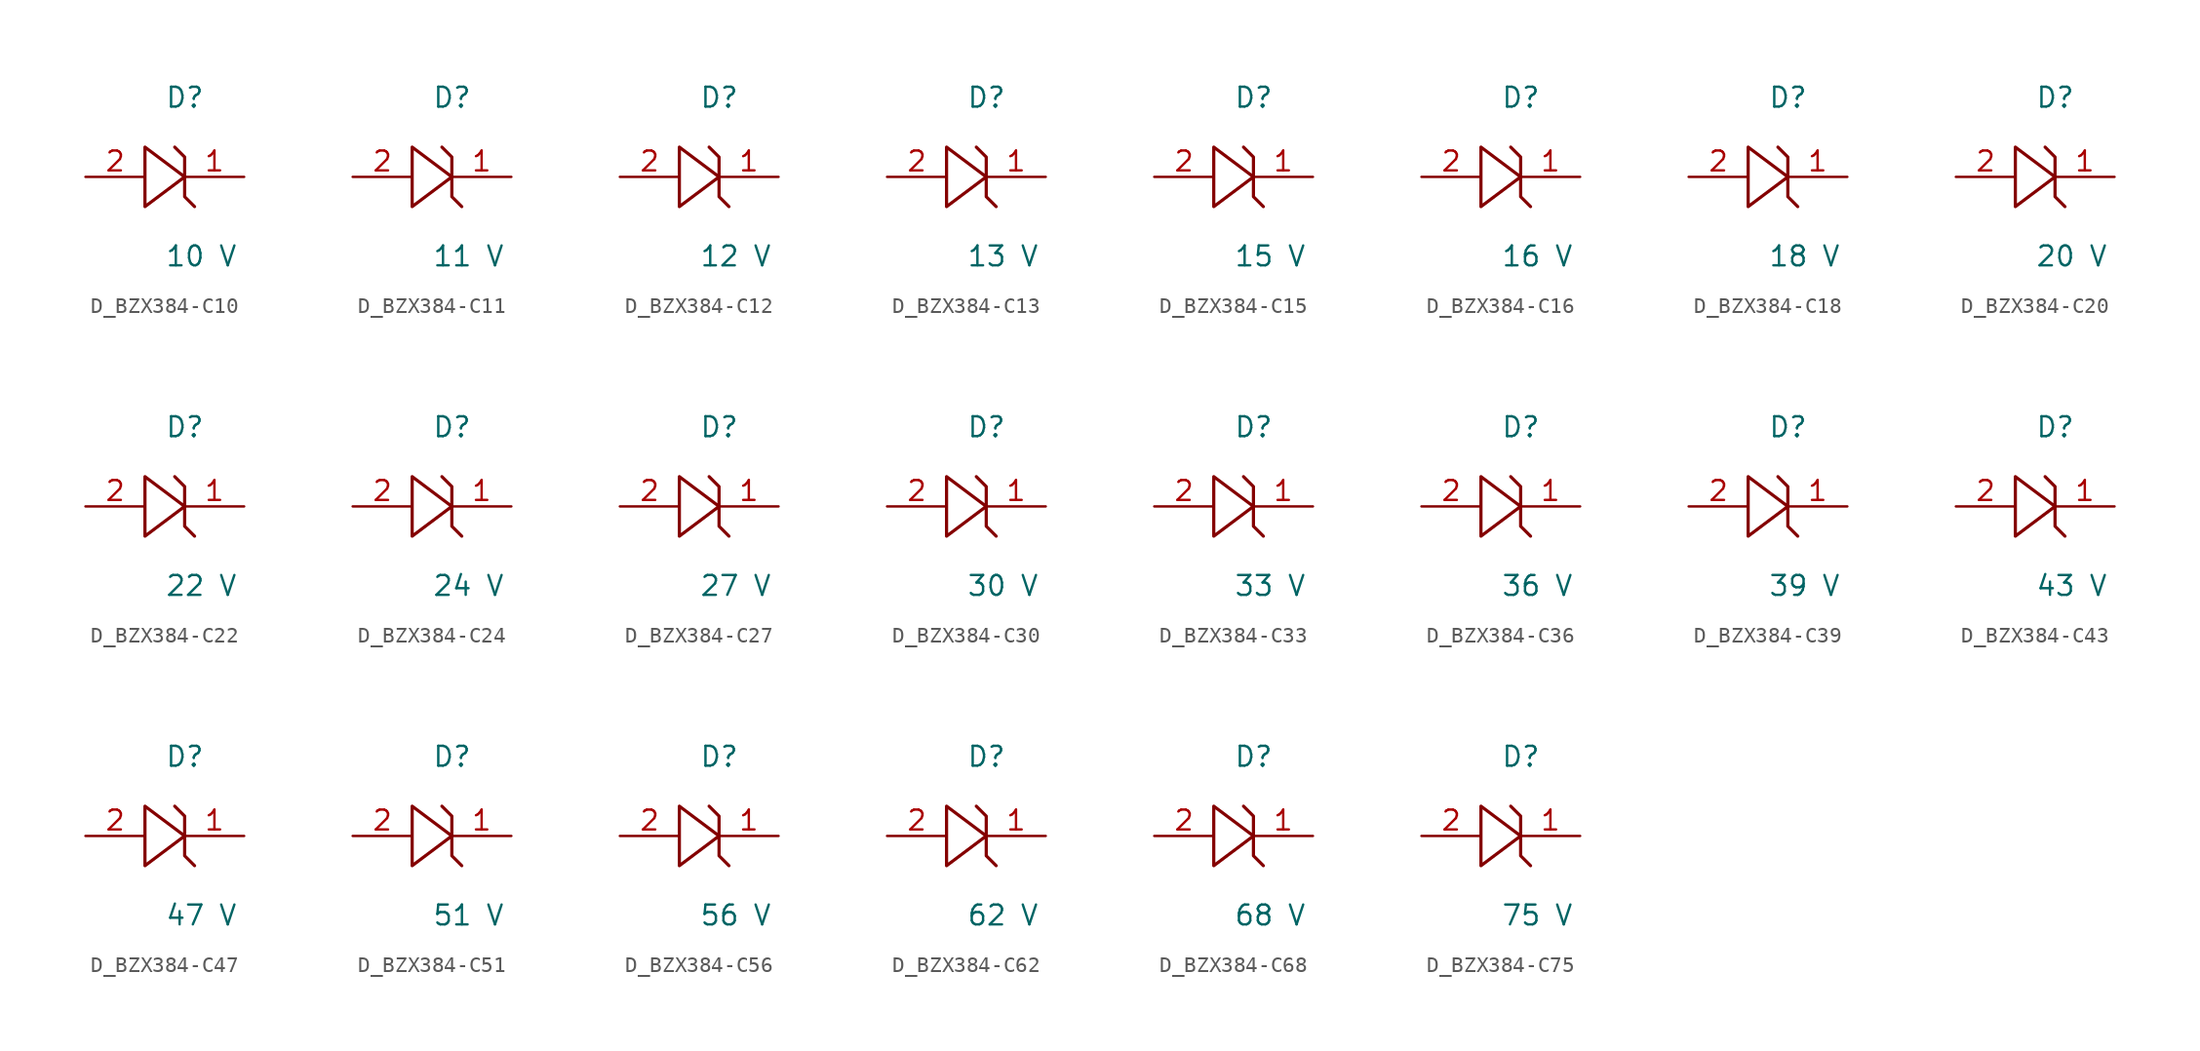
<source format=kicad_sym>
(kicad_symbol_lib
  (version 20231120)
  (generator kicad_symbol_editor)
  (generator_version 8.0)
  (symbol "D_BZX384-C10"
    (pin_names
      (offset 0.254))
    (property "Reference" "D"
      (at 0.0 5.08 0)
      (effects (font (size 1.27 1.27)) (justify left)))
    (property "Value" "10 V"
      (at 0.0 -5.08 0)
      (effects (font (size 1.27 1.27)) (justify left)))
    (symbol "D_BZX384-C10_1_0"
      (polyline (pts (xy 0.635 1.905) (xy 1.27 1.27) (xy 1.27 0) (xy -1.27 1.905) (xy -1.27 -1.905) (xy 1.27 0) (xy 1.27 -1.27) (xy 1.905 -1.905)) (stroke (width 0.203) (type default)) (fill (type none)))
      (pin unspecified line (at 5.08 0 180) (length 3.81) (name "" (effects (font (size 1.27 1.27)))) (number "1" (effects (font (size 1.27 1.27)))))
      (pin unspecified line (at -5.08 0 0) (length 3.81) (name "" (effects (font (size 1.27 1.27)))) (number "2" (effects (font (size 1.27 1.27)))))))
  (symbol "D_BZX384-C11"
    (pin_names
      (offset 0.254))
    (property "Reference" "D"
      (at 0.0 5.08 0)
      (effects (font (size 1.27 1.27)) (justify left)))
    (property "Value" "11 V"
      (at 0.0 -5.08 0)
      (effects (font (size 1.27 1.27)) (justify left)))
    (symbol "D_BZX384-C11_1_0"
      (polyline (pts (xy 0.635 1.905) (xy 1.27 1.27) (xy 1.27 0) (xy -1.27 1.905) (xy -1.27 -1.905) (xy 1.27 0) (xy 1.27 -1.27) (xy 1.905 -1.905)) (stroke (width 0.203) (type default)) (fill (type none)))
      (pin unspecified line (at 5.08 0 180) (length 3.81) (name "" (effects (font (size 1.27 1.27)))) (number "1" (effects (font (size 1.27 1.27)))))
      (pin unspecified line (at -5.08 0 0) (length 3.81) (name "" (effects (font (size 1.27 1.27)))) (number "2" (effects (font (size 1.27 1.27)))))))
  (symbol "D_BZX384-C12"
    (pin_names
      (offset 0.254))
    (property "Reference" "D"
      (at 0.0 5.08 0)
      (effects (font (size 1.27 1.27)) (justify left)))
    (property "Value" "12 V"
      (at 0.0 -5.08 0)
      (effects (font (size 1.27 1.27)) (justify left)))
    (symbol "D_BZX384-C12_1_0"
      (polyline (pts (xy 0.635 1.905) (xy 1.27 1.27) (xy 1.27 0) (xy -1.27 1.905) (xy -1.27 -1.905) (xy 1.27 0) (xy 1.27 -1.27) (xy 1.905 -1.905)) (stroke (width 0.203) (type default)) (fill (type none)))
      (pin unspecified line (at 5.08 0 180) (length 3.81) (name "" (effects (font (size 1.27 1.27)))) (number "1" (effects (font (size 1.27 1.27)))))
      (pin unspecified line (at -5.08 0 0) (length 3.81) (name "" (effects (font (size 1.27 1.27)))) (number "2" (effects (font (size 1.27 1.27)))))))
  (symbol "D_BZX384-C13"
    (pin_names
      (offset 0.254))
    (property "Reference" "D"
      (at 0.0 5.08 0)
      (effects (font (size 1.27 1.27)) (justify left)))
    (property "Value" "13 V"
      (at 0.0 -5.08 0)
      (effects (font (size 1.27 1.27)) (justify left)))
    (symbol "D_BZX384-C13_1_0"
      (polyline (pts (xy 0.635 1.905) (xy 1.27 1.27) (xy 1.27 0) (xy -1.27 1.905) (xy -1.27 -1.905) (xy 1.27 0) (xy 1.27 -1.27) (xy 1.905 -1.905)) (stroke (width 0.203) (type default)) (fill (type none)))
      (pin unspecified line (at 5.08 0 180) (length 3.81) (name "" (effects (font (size 1.27 1.27)))) (number "1" (effects (font (size 1.27 1.27)))))
      (pin unspecified line (at -5.08 0 0) (length 3.81) (name "" (effects (font (size 1.27 1.27)))) (number "2" (effects (font (size 1.27 1.27)))))))
  (symbol "D_BZX384-C15"
    (pin_names
      (offset 0.254))
    (property "Reference" "D"
      (at 0.0 5.08 0)
      (effects (font (size 1.27 1.27)) (justify left)))
    (property "Value" "15 V"
      (at 0.0 -5.08 0)
      (effects (font (size 1.27 1.27)) (justify left)))
    (symbol "D_BZX384-C15_1_0"
      (polyline (pts (xy 0.635 1.905) (xy 1.27 1.27) (xy 1.27 0) (xy -1.27 1.905) (xy -1.27 -1.905) (xy 1.27 0) (xy 1.27 -1.27) (xy 1.905 -1.905)) (stroke (width 0.203) (type default)) (fill (type none)))
      (pin unspecified line (at 5.08 0 180) (length 3.81) (name "" (effects (font (size 1.27 1.27)))) (number "1" (effects (font (size 1.27 1.27)))))
      (pin unspecified line (at -5.08 0 0) (length 3.81) (name "" (effects (font (size 1.27 1.27)))) (number "2" (effects (font (size 1.27 1.27)))))))
  (symbol "D_BZX384-C16"
    (pin_names
      (offset 0.254))
    (property "Reference" "D"
      (at 0.0 5.08 0)
      (effects (font (size 1.27 1.27)) (justify left)))
    (property "Value" "16 V"
      (at 0.0 -5.08 0)
      (effects (font (size 1.27 1.27)) (justify left)))
    (symbol "D_BZX384-C16_1_0"
      (polyline (pts (xy 0.635 1.905) (xy 1.27 1.27) (xy 1.27 0) (xy -1.27 1.905) (xy -1.27 -1.905) (xy 1.27 0) (xy 1.27 -1.27) (xy 1.905 -1.905)) (stroke (width 0.203) (type default)) (fill (type none)))
      (pin unspecified line (at 5.08 0 180) (length 3.81) (name "" (effects (font (size 1.27 1.27)))) (number "1" (effects (font (size 1.27 1.27)))))
      (pin unspecified line (at -5.08 0 0) (length 3.81) (name "" (effects (font (size 1.27 1.27)))) (number "2" (effects (font (size 1.27 1.27)))))))
  (symbol "D_BZX384-C18"
    (pin_names
      (offset 0.254))
    (property "Reference" "D"
      (at 0.0 5.08 0)
      (effects (font (size 1.27 1.27)) (justify left)))
    (property "Value" "18 V"
      (at 0.0 -5.08 0)
      (effects (font (size 1.27 1.27)) (justify left)))
    (symbol "D_BZX384-C18_1_0"
      (polyline (pts (xy 0.635 1.905) (xy 1.27 1.27) (xy 1.27 0) (xy -1.27 1.905) (xy -1.27 -1.905) (xy 1.27 0) (xy 1.27 -1.27) (xy 1.905 -1.905)) (stroke (width 0.203) (type default)) (fill (type none)))
      (pin unspecified line (at 5.08 0 180) (length 3.81) (name "" (effects (font (size 1.27 1.27)))) (number "1" (effects (font (size 1.27 1.27)))))
      (pin unspecified line (at -5.08 0 0) (length 3.81) (name "" (effects (font (size 1.27 1.27)))) (number "2" (effects (font (size 1.27 1.27)))))))
  (symbol "D_BZX384-C20"
    (pin_names
      (offset 0.254))
    (property "Reference" "D"
      (at 0.0 5.08 0)
      (effects (font (size 1.27 1.27)) (justify left)))
    (property "Value" "20 V"
      (at 0.0 -5.08 0)
      (effects (font (size 1.27 1.27)) (justify left)))
    (symbol "D_BZX384-C20_1_0"
      (polyline (pts (xy 0.635 1.905) (xy 1.27 1.27) (xy 1.27 0) (xy -1.27 1.905) (xy -1.27 -1.905) (xy 1.27 0) (xy 1.27 -1.27) (xy 1.905 -1.905)) (stroke (width 0.203) (type default)) (fill (type none)))
      (pin unspecified line (at 5.08 0 180) (length 3.81) (name "" (effects (font (size 1.27 1.27)))) (number "1" (effects (font (size 1.27 1.27)))))
      (pin unspecified line (at -5.08 0 0) (length 3.81) (name "" (effects (font (size 1.27 1.27)))) (number "2" (effects (font (size 1.27 1.27)))))))
  (symbol "D_BZX384-C22"
    (pin_names
      (offset 0.254))
    (property "Reference" "D"
      (at 0.0 5.08 0)
      (effects (font (size 1.27 1.27)) (justify left)))
    (property "Value" "22 V"
      (at 0.0 -5.08 0)
      (effects (font (size 1.27 1.27)) (justify left)))
    (symbol "D_BZX384-C22_1_0"
      (polyline (pts (xy 0.635 1.905) (xy 1.27 1.27) (xy 1.27 0) (xy -1.27 1.905) (xy -1.27 -1.905) (xy 1.27 0) (xy 1.27 -1.27) (xy 1.905 -1.905)) (stroke (width 0.203) (type default)) (fill (type none)))
      (pin unspecified line (at 5.08 0 180) (length 3.81) (name "" (effects (font (size 1.27 1.27)))) (number "1" (effects (font (size 1.27 1.27)))))
      (pin unspecified line (at -5.08 0 0) (length 3.81) (name "" (effects (font (size 1.27 1.27)))) (number "2" (effects (font (size 1.27 1.27)))))))
  (symbol "D_BZX384-C24"
    (pin_names
      (offset 0.254))
    (property "Reference" "D"
      (at 0.0 5.08 0)
      (effects (font (size 1.27 1.27)) (justify left)))
    (property "Value" "24 V"
      (at 0.0 -5.08 0)
      (effects (font (size 1.27 1.27)) (justify left)))
    (symbol "D_BZX384-C24_1_0"
      (polyline (pts (xy 0.635 1.905) (xy 1.27 1.27) (xy 1.27 0) (xy -1.27 1.905) (xy -1.27 -1.905) (xy 1.27 0) (xy 1.27 -1.27) (xy 1.905 -1.905)) (stroke (width 0.203) (type default)) (fill (type none)))
      (pin unspecified line (at 5.08 0 180) (length 3.81) (name "" (effects (font (size 1.27 1.27)))) (number "1" (effects (font (size 1.27 1.27)))))
      (pin unspecified line (at -5.08 0 0) (length 3.81) (name "" (effects (font (size 1.27 1.27)))) (number "2" (effects (font (size 1.27 1.27)))))))
  (symbol "D_BZX384-C27"
    (pin_names
      (offset 0.254))
    (property "Reference" "D"
      (at 0.0 5.08 0)
      (effects (font (size 1.27 1.27)) (justify left)))
    (property "Value" "27 V"
      (at 0.0 -5.08 0)
      (effects (font (size 1.27 1.27)) (justify left)))
    (symbol "D_BZX384-C27_1_0"
      (polyline (pts (xy 0.635 1.905) (xy 1.27 1.27) (xy 1.27 0) (xy -1.27 1.905) (xy -1.27 -1.905) (xy 1.27 0) (xy 1.27 -1.27) (xy 1.905 -1.905)) (stroke (width 0.203) (type default)) (fill (type none)))
      (pin unspecified line (at 5.08 0 180) (length 3.81) (name "" (effects (font (size 1.27 1.27)))) (number "1" (effects (font (size 1.27 1.27)))))
      (pin unspecified line (at -5.08 0 0) (length 3.81) (name "" (effects (font (size 1.27 1.27)))) (number "2" (effects (font (size 1.27 1.27)))))))
  (symbol "D_BZX384-C30"
    (pin_names
      (offset 0.254))
    (property "Reference" "D"
      (at 0.0 5.08 0)
      (effects (font (size 1.27 1.27)) (justify left)))
    (property "Value" "30 V"
      (at 0.0 -5.08 0)
      (effects (font (size 1.27 1.27)) (justify left)))
    (symbol "D_BZX384-C30_1_0"
      (polyline (pts (xy 0.635 1.905) (xy 1.27 1.27) (xy 1.27 0) (xy -1.27 1.905) (xy -1.27 -1.905) (xy 1.27 0) (xy 1.27 -1.27) (xy 1.905 -1.905)) (stroke (width 0.203) (type default)) (fill (type none)))
      (pin unspecified line (at 5.08 0 180) (length 3.81) (name "" (effects (font (size 1.27 1.27)))) (number "1" (effects (font (size 1.27 1.27)))))
      (pin unspecified line (at -5.08 0 0) (length 3.81) (name "" (effects (font (size 1.27 1.27)))) (number "2" (effects (font (size 1.27 1.27)))))))
  (symbol "D_BZX384-C33"
    (pin_names
      (offset 0.254))
    (property "Reference" "D"
      (at 0.0 5.08 0)
      (effects (font (size 1.27 1.27)) (justify left)))
    (property "Value" "33 V"
      (at 0.0 -5.08 0)
      (effects (font (size 1.27 1.27)) (justify left)))
    (symbol "D_BZX384-C33_1_0"
      (polyline (pts (xy 0.635 1.905) (xy 1.27 1.27) (xy 1.27 0) (xy -1.27 1.905) (xy -1.27 -1.905) (xy 1.27 0) (xy 1.27 -1.27) (xy 1.905 -1.905)) (stroke (width 0.203) (type default)) (fill (type none)))
      (pin unspecified line (at 5.08 0 180) (length 3.81) (name "" (effects (font (size 1.27 1.27)))) (number "1" (effects (font (size 1.27 1.27)))))
      (pin unspecified line (at -5.08 0 0) (length 3.81) (name "" (effects (font (size 1.27 1.27)))) (number "2" (effects (font (size 1.27 1.27)))))))
  (symbol "D_BZX384-C36"
    (pin_names
      (offset 0.254))
    (property "Reference" "D"
      (at 0.0 5.08 0)
      (effects (font (size 1.27 1.27)) (justify left)))
    (property "Value" "36 V"
      (at 0.0 -5.08 0)
      (effects (font (size 1.27 1.27)) (justify left)))
    (symbol "D_BZX384-C36_1_0"
      (polyline (pts (xy 0.635 1.905) (xy 1.27 1.27) (xy 1.27 0) (xy -1.27 1.905) (xy -1.27 -1.905) (xy 1.27 0) (xy 1.27 -1.27) (xy 1.905 -1.905)) (stroke (width 0.203) (type default)) (fill (type none)))
      (pin unspecified line (at 5.08 0 180) (length 3.81) (name "" (effects (font (size 1.27 1.27)))) (number "1" (effects (font (size 1.27 1.27)))))
      (pin unspecified line (at -5.08 0 0) (length 3.81) (name "" (effects (font (size 1.27 1.27)))) (number "2" (effects (font (size 1.27 1.27)))))))
  (symbol "D_BZX384-C39"
    (pin_names
      (offset 0.254))
    (property "Reference" "D"
      (at 0.0 5.08 0)
      (effects (font (size 1.27 1.27)) (justify left)))
    (property "Value" "39 V"
      (at 0.0 -5.08 0)
      (effects (font (size 1.27 1.27)) (justify left)))
    (symbol "D_BZX384-C39_1_0"
      (polyline (pts (xy 0.635 1.905) (xy 1.27 1.27) (xy 1.27 0) (xy -1.27 1.905) (xy -1.27 -1.905) (xy 1.27 0) (xy 1.27 -1.27) (xy 1.905 -1.905)) (stroke (width 0.203) (type default)) (fill (type none)))
      (pin unspecified line (at 5.08 0 180) (length 3.81) (name "" (effects (font (size 1.27 1.27)))) (number "1" (effects (font (size 1.27 1.27)))))
      (pin unspecified line (at -5.08 0 0) (length 3.81) (name "" (effects (font (size 1.27 1.27)))) (number "2" (effects (font (size 1.27 1.27)))))))
  (symbol "D_BZX384-C43"
    (pin_names
      (offset 0.254))
    (property "Reference" "D"
      (at 0.0 5.08 0)
      (effects (font (size 1.27 1.27)) (justify left)))
    (property "Value" "43 V"
      (at 0.0 -5.08 0)
      (effects (font (size 1.27 1.27)) (justify left)))
    (symbol "D_BZX384-C43_1_0"
      (polyline (pts (xy 0.635 1.905) (xy 1.27 1.27) (xy 1.27 0) (xy -1.27 1.905) (xy -1.27 -1.905) (xy 1.27 0) (xy 1.27 -1.27) (xy 1.905 -1.905)) (stroke (width 0.203) (type default)) (fill (type none)))
      (pin unspecified line (at 5.08 0 180) (length 3.81) (name "" (effects (font (size 1.27 1.27)))) (number "1" (effects (font (size 1.27 1.27)))))
      (pin unspecified line (at -5.08 0 0) (length 3.81) (name "" (effects (font (size 1.27 1.27)))) (number "2" (effects (font (size 1.27 1.27)))))))
  (symbol "D_BZX384-C47"
    (pin_names
      (offset 0.254))
    (property "Reference" "D"
      (at 0.0 5.08 0)
      (effects (font (size 1.27 1.27)) (justify left)))
    (property "Value" "47 V"
      (at 0.0 -5.08 0)
      (effects (font (size 1.27 1.27)) (justify left)))
    (symbol "D_BZX384-C47_1_0"
      (polyline (pts (xy 0.635 1.905) (xy 1.27 1.27) (xy 1.27 0) (xy -1.27 1.905) (xy -1.27 -1.905) (xy 1.27 0) (xy 1.27 -1.27) (xy 1.905 -1.905)) (stroke (width 0.203) (type default)) (fill (type none)))
      (pin unspecified line (at 5.08 0 180) (length 3.81) (name "" (effects (font (size 1.27 1.27)))) (number "1" (effects (font (size 1.27 1.27)))))
      (pin unspecified line (at -5.08 0 0) (length 3.81) (name "" (effects (font (size 1.27 1.27)))) (number "2" (effects (font (size 1.27 1.27)))))))
  (symbol "D_BZX384-C51"
    (pin_names
      (offset 0.254))
    (property "Reference" "D"
      (at 0.0 5.08 0)
      (effects (font (size 1.27 1.27)) (justify left)))
    (property "Value" "51 V"
      (at 0.0 -5.08 0)
      (effects (font (size 1.27 1.27)) (justify left)))
    (symbol "D_BZX384-C51_1_0"
      (polyline (pts (xy 0.635 1.905) (xy 1.27 1.27) (xy 1.27 0) (xy -1.27 1.905) (xy -1.27 -1.905) (xy 1.27 0) (xy 1.27 -1.27) (xy 1.905 -1.905)) (stroke (width 0.203) (type default)) (fill (type none)))
      (pin unspecified line (at 5.08 0 180) (length 3.81) (name "" (effects (font (size 1.27 1.27)))) (number "1" (effects (font (size 1.27 1.27)))))
      (pin unspecified line (at -5.08 0 0) (length 3.81) (name "" (effects (font (size 1.27 1.27)))) (number "2" (effects (font (size 1.27 1.27)))))))
  (symbol "D_BZX384-C56"
    (pin_names
      (offset 0.254))
    (property "Reference" "D"
      (at 0.0 5.08 0)
      (effects (font (size 1.27 1.27)) (justify left)))
    (property "Value" "56 V"
      (at 0.0 -5.08 0)
      (effects (font (size 1.27 1.27)) (justify left)))
    (symbol "D_BZX384-C56_1_0"
      (polyline (pts (xy 0.635 1.905) (xy 1.27 1.27) (xy 1.27 0) (xy -1.27 1.905) (xy -1.27 -1.905) (xy 1.27 0) (xy 1.27 -1.27) (xy 1.905 -1.905)) (stroke (width 0.203) (type default)) (fill (type none)))
      (pin unspecified line (at 5.08 0 180) (length 3.81) (name "" (effects (font (size 1.27 1.27)))) (number "1" (effects (font (size 1.27 1.27)))))
      (pin unspecified line (at -5.08 0 0) (length 3.81) (name "" (effects (font (size 1.27 1.27)))) (number "2" (effects (font (size 1.27 1.27)))))))
  (symbol "D_BZX384-C62"
    (pin_names
      (offset 0.254))
    (property "Reference" "D"
      (at 0.0 5.08 0)
      (effects (font (size 1.27 1.27)) (justify left)))
    (property "Value" "62 V"
      (at 0.0 -5.08 0)
      (effects (font (size 1.27 1.27)) (justify left)))
    (symbol "D_BZX384-C62_1_0"
      (polyline (pts (xy 0.635 1.905) (xy 1.27 1.27) (xy 1.27 0) (xy -1.27 1.905) (xy -1.27 -1.905) (xy 1.27 0) (xy 1.27 -1.27) (xy 1.905 -1.905)) (stroke (width 0.203) (type default)) (fill (type none)))
      (pin unspecified line (at 5.08 0 180) (length 3.81) (name "" (effects (font (size 1.27 1.27)))) (number "1" (effects (font (size 1.27 1.27)))))
      (pin unspecified line (at -5.08 0 0) (length 3.81) (name "" (effects (font (size 1.27 1.27)))) (number "2" (effects (font (size 1.27 1.27)))))))
  (symbol "D_BZX384-C68"
    (pin_names
      (offset 0.254))
    (property "Reference" "D"
      (at 0.0 5.08 0)
      (effects (font (size 1.27 1.27)) (justify left)))
    (property "Value" "68 V"
      (at 0.0 -5.08 0)
      (effects (font (size 1.27 1.27)) (justify left)))
    (symbol "D_BZX384-C68_1_0"
      (polyline (pts (xy 0.635 1.905) (xy 1.27 1.27) (xy 1.27 0) (xy -1.27 1.905) (xy -1.27 -1.905) (xy 1.27 0) (xy 1.27 -1.27) (xy 1.905 -1.905)) (stroke (width 0.203) (type default)) (fill (type none)))
      (pin unspecified line (at 5.08 0 180) (length 3.81) (name "" (effects (font (size 1.27 1.27)))) (number "1" (effects (font (size 1.27 1.27)))))
      (pin unspecified line (at -5.08 0 0) (length 3.81) (name "" (effects (font (size 1.27 1.27)))) (number "2" (effects (font (size 1.27 1.27)))))))
  (symbol "D_BZX384-C75"
    (pin_names
      (offset 0.254))
    (property "Reference" "D"
      (at 0.0 5.08 0)
      (effects (font (size 1.27 1.27)) (justify left)))
    (property "Value" "75 V"
      (at 0.0 -5.08 0)
      (effects (font (size 1.27 1.27)) (justify left)))
    (symbol "D_BZX384-C75_1_0"
      (polyline (pts (xy 0.635 1.905) (xy 1.27 1.27) (xy 1.27 0) (xy -1.27 1.905) (xy -1.27 -1.905) (xy 1.27 0) (xy 1.27 -1.27) (xy 1.905 -1.905)) (stroke (width 0.203) (type default)) (fill (type none)))
      (pin unspecified line (at 5.08 0 180) (length 3.81) (name "" (effects (font (size 1.27 1.27)))) (number "1" (effects (font (size 1.27 1.27)))))
      (pin unspecified line (at -5.08 0 0) (length 3.81) (name "" (effects (font (size 1.27 1.27)))) (number "2" (effects (font (size 1.27 1.27))))))))
</source>
